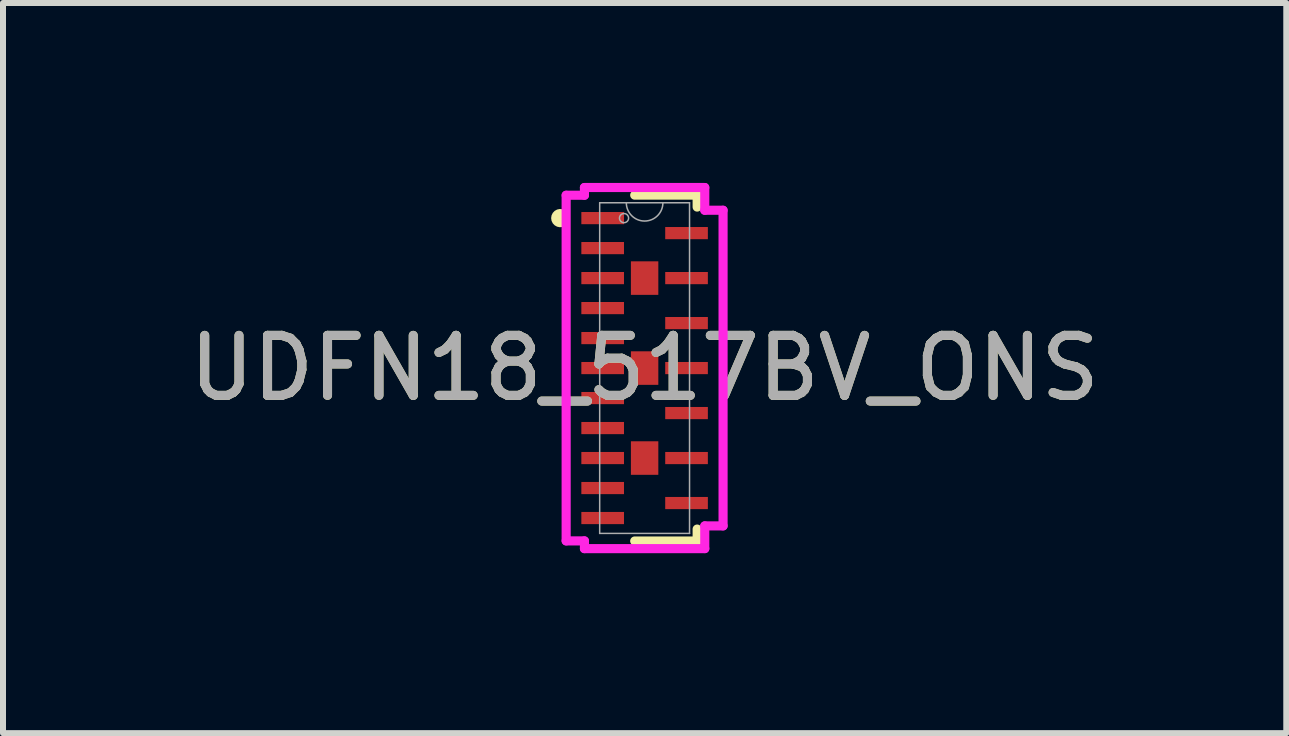
<source format=kicad_pcb>
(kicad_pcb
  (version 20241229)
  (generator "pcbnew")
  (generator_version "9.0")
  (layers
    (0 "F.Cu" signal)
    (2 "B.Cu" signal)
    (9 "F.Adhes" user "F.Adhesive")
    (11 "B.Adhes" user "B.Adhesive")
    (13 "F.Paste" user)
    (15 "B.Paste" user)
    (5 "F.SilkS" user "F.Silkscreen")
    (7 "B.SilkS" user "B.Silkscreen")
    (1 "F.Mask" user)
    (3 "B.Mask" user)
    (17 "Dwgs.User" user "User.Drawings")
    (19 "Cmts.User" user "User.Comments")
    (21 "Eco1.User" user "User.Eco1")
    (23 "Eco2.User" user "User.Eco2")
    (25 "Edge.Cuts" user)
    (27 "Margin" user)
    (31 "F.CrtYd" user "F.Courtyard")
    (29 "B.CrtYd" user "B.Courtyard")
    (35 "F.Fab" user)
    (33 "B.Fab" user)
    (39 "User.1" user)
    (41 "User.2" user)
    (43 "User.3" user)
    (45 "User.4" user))
  (footprint "UDFN18_517BV_ONS"
    (layer "F.Cu")
    (at 7.696 3.086)
    (property "Reference" "UDFN18_517BV_ONS" (at 0 0 0) (unlocked yes) (layer "F.SilkS") (effects (font (size 1 1) (thickness 0.15))))
    (attr smd)
    (fp_line (start -0.165 2.883) (end 0.876 2.883) (stroke (width 0.152) (type solid)) (layer "F.SilkS"))
    (fp_line (start 0.876 -2.883) (end -0.165 -2.883) (stroke (width 0.152) (type solid)) (layer "F.SilkS"))
    (fp_line (start 0.876 -2.684) (end 0.876 -2.883) (stroke (width 0.152) (type solid)) (layer "F.SilkS"))
    (fp_line (start 0.876 2.883) (end 0.876 2.684) (stroke (width 0.152) (type solid)) (layer "F.SilkS"))
    (fp_arc (start -1.38684 -2.426171) (mid -1.4819 -2.5) (end -1.38684 -2.573829) (stroke (width 0.1524) (type solid)) (layer "F.SilkS"))
    (fp_line (start -1.308 -2.881) (end -1.003 -2.881) (stroke (width 0.152) (type solid)) (layer "F.CrtYd"))
    (fp_line (start -1.308 2.881) (end -1.308 -2.881) (stroke (width 0.152) (type solid)) (layer "F.CrtYd"))
    (fp_line (start -1.003 -3.01) (end 1.003 -3.01) (stroke (width 0.152) (type solid)) (layer "F.CrtYd"))
    (fp_line (start -1.003 -2.881) (end -1.003 -3.01) (stroke (width 0.152) (type solid)) (layer "F.CrtYd"))
    (fp_line (start -1.003 2.881) (end -1.308 2.881) (stroke (width 0.152) (type solid)) (layer "F.CrtYd"))
    (fp_line (start -1.003 3.01) (end -1.003 2.881) (stroke (width 0.152) (type solid)) (layer "F.CrtYd"))
    (fp_line (start 1.003 -3.01) (end 1.003 -2.631) (stroke (width 0.152) (type solid)) (layer "F.CrtYd"))
    (fp_line (start 1.003 -2.631) (end 1.308 -2.631) (stroke (width 0.152) (type solid)) (layer "F.CrtYd"))
    (fp_line (start 1.003 2.631) (end 1.003 3.01) (stroke (width 0.152) (type solid)) (layer "F.CrtYd"))
    (fp_line (start 1.003 3.01) (end -1.003 3.01) (stroke (width 0.152) (type solid)) (layer "F.CrtYd"))
    (fp_line (start 1.308 -2.631) (end 1.308 2.631) (stroke (width 0.152) (type solid)) (layer "F.CrtYd"))
    (fp_line (start 1.308 2.631) (end 1.003 2.631) (stroke (width 0.152) (type solid)) (layer "F.CrtYd"))
    (fp_line (start -0.749 -2.756) (end -0.749 2.756) (stroke (width 0.025) (type solid)) (layer "F.Fab"))
    (fp_line (start -0.749 2.756) (end 0.749 2.756) (stroke (width 0.025) (type solid)) (layer "F.Fab"))
    (fp_line (start 0.749 -2.756) (end -0.749 -2.756) (stroke (width 0.025) (type solid)) (layer "F.Fab"))
    (fp_line (start 0.749 2.756) (end 0.749 -2.756) (stroke (width 0.025) (type solid)) (layer "F.Fab"))
    (fp_arc (start 0.3048 -2.7559) (mid 0 -2.4511) (end -0.3048 -2.7559) (stroke (width 0.0254) (type solid)) (layer "F.Fab"))
    (fp_circle (center -0.343 -2.5) (end -0.267 -2.5) (stroke (width 0.025) (type solid)) (fill no) (layer "F.Fab"))
    (fp_text user "${REFERENCE}" (at 0 0 0) (unlocked yes) (layer "F.Fab") (effects (font (size 1 1) (thickness 0.15))))
    (pad "1" smd rect (at -0.699 -2.5) (size 0.711 0.203) (layers "F.Cu" "F.Mask" "F.Paste"))
    (pad "2" smd rect (at -0.699 -2) (size 0.711 0.203) (layers "F.Cu" "F.Mask" "F.Paste"))
    (pad "3" smd rect (at -0.699 -1.5) (size 0.711 0.203) (layers "F.Cu" "F.Mask" "F.Paste"))
    (pad "4" smd rect (at -0.699 -1) (size 0.711 0.203) (layers "F.Cu" "F.Mask" "F.Paste"))
    (pad "5" smd rect (at -0.699 -0.5) (size 0.711 0.203) (layers "F.Cu" "F.Mask" "F.Paste"))
    (pad "6" smd rect (at -0.699 0) (size 0.711 0.203) (layers "F.Cu" "F.Mask" "F.Paste"))
    (pad "7" smd rect (at -0.699 0.5) (size 0.711 0.203) (layers "F.Cu" "F.Mask" "F.Paste"))
    (pad "8" smd rect (at -0.699 1) (size 0.711 0.203) (layers "F.Cu" "F.Mask" "F.Paste"))
    (pad "9" smd rect (at -0.699 1.5) (size 0.711 0.203) (layers "F.Cu" "F.Mask" "F.Paste"))
    (pad "10" smd rect (at -0.699 2) (size 0.711 0.203) (layers "F.Cu" "F.Mask" "F.Paste"))
    (pad "11" smd rect (at -0.699 2.5) (size 0.711 0.203) (layers "F.Cu" "F.Mask" "F.Paste"))
    (pad "12" smd rect (at 0.699 2.25) (size 0.711 0.203) (layers "F.Cu" "F.Mask" "F.Paste"))
    (pad "13" smd rect (at 0.699 1.5) (size 0.711 0.203) (layers "F.Cu" "F.Mask" "F.Paste"))
    (pad "14" smd rect (at 0.699 0.75) (size 0.711 0.203) (layers "F.Cu" "F.Mask" "F.Paste"))
    (pad "15" smd rect (at 0.699 0) (size 0.711 0.203) (layers "F.Cu" "F.Mask" "F.Paste"))
    (pad "16" smd rect (at 0.699 -0.75) (size 0.711 0.203) (layers "F.Cu" "F.Mask" "F.Paste"))
    (pad "17" smd rect (at 0.699 -1.5) (size 0.711 0.203) (layers "F.Cu" "F.Mask" "F.Paste"))
    (pad "18" smd rect (at 0.699 -2.25) (size 0.711 0.203) (layers "F.Cu" "F.Mask" "F.Paste"))
    (pad "19" smd rect (at 0 -1.5) (size 0.457 0.559) (layers "F.Cu" "F.Mask" "F.Paste"))
    (pad "20" smd rect (at 0 0) (size 0.457 0.559) (layers "F.Cu" "F.Mask" "F.Paste"))
    (pad "21" smd rect (at 0 1.5) (size 0.457 0.559) (layers "F.Cu" "F.Mask" "F.Paste")))
  (gr_rect
    (start -3 -3)
    (end 18.393 9.172)
    (stroke (width 0.1) (type default))
    (fill no)
    (layer "Edge.Cuts")))
</source>
